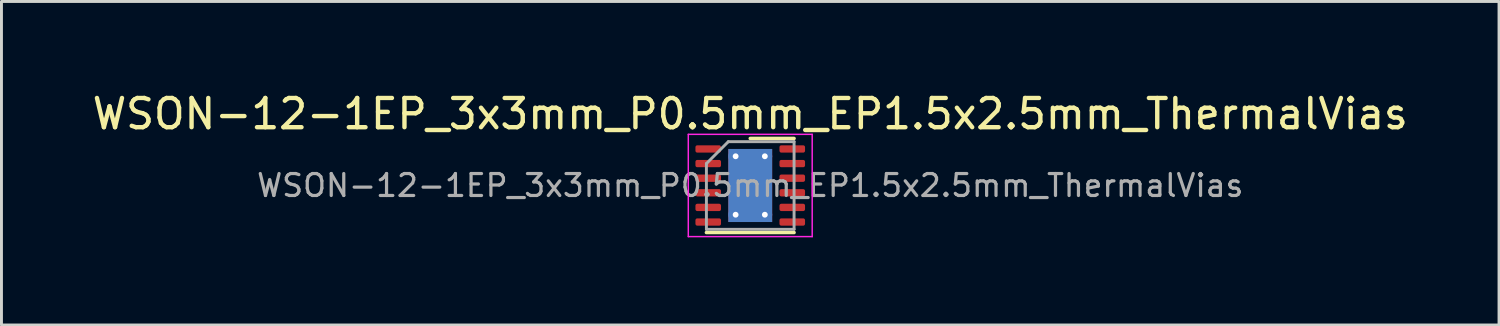
<source format=kicad_pcb>
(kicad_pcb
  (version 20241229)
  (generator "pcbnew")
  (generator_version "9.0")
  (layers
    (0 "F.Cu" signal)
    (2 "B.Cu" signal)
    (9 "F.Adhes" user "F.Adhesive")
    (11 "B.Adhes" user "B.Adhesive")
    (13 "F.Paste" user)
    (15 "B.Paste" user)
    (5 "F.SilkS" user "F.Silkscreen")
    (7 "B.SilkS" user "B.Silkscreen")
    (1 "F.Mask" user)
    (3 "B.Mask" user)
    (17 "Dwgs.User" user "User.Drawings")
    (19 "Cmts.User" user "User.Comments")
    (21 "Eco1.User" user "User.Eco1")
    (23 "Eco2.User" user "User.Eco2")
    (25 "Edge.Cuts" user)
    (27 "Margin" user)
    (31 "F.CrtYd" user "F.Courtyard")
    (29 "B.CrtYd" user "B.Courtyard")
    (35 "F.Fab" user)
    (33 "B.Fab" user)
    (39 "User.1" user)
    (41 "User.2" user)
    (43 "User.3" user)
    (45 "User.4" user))
  (footprint "WSON-12-1EP_3x3mm_P0.5mm_EP1.5x2.5mm_ThermalVias"
    (layer "F.Cu")
    (at 22.625 3.298)
    (property "Reference" "WSON-12-1EP_3x3mm_P0.5mm_EP1.5x2.5mm_ThermalVias" (at 0 -2.45 0) (layer "F.SilkS") (effects (font (size 1 1) (thickness 0.15))))
    (attr smd)
    (fp_line (start -1.5 1.61) (end 1.5 1.61) (stroke (width 0.12) (type solid)) (layer "F.SilkS"))
    (fp_line (start 0 -1.61) (end 1.5 -1.61) (stroke (width 0.12) (type solid)) (layer "F.SilkS"))
    (fp_line (start -2.12 -1.75) (end -2.12 1.75) (stroke (width 0.05) (type solid)) (layer "F.CrtYd"))
    (fp_line (start -2.12 1.75) (end 2.12 1.75) (stroke (width 0.05) (type solid)) (layer "F.CrtYd"))
    (fp_line (start 2.12 -1.75) (end -2.12 -1.75) (stroke (width 0.05) (type solid)) (layer "F.CrtYd"))
    (fp_line (start 2.12 1.75) (end 2.12 -1.75) (stroke (width 0.05) (type solid)) (layer "F.CrtYd"))
    (fp_line (start -1.5 -0.75) (end -0.75 -1.5) (stroke (width 0.1) (type solid)) (layer "F.Fab"))
    (fp_line (start -1.5 1.5) (end -1.5 -0.75) (stroke (width 0.1) (type solid)) (layer "F.Fab"))
    (fp_line (start -0.75 -1.5) (end 1.5 -1.5) (stroke (width 0.1) (type solid)) (layer "F.Fab"))
    (fp_line (start 1.5 -1.5) (end 1.5 1.5) (stroke (width 0.1) (type solid)) (layer "F.Fab"))
    (fp_line (start 1.5 1.5) (end -1.5 1.5) (stroke (width 0.1) (type solid)) (layer "F.Fab"))
    (fp_text user "${REFERENCE}" (at 0 0 0) (layer "F.Fab") (effects (font (size 0.75 0.75) (thickness 0.11))))
    (pad "" smd roundrect (at 0 -0.625) (size 1.3 1.08) (layers "F.Paste") (roundrect_rratio 0.231))
    (pad "" smd roundrect (at 0 0.625) (size 1.3 1.08) (layers "F.Paste") (roundrect_rratio 0.231))
    (pad "1" smd roundrect (at -1.438 -1.25) (size 0.875 0.25) (layers "F.Cu" "F.Mask" "F.Paste") (roundrect_rratio 0.25))
    (pad "2" smd roundrect (at -1.438 -0.75) (size 0.875 0.25) (layers "F.Cu" "F.Mask" "F.Paste") (roundrect_rratio 0.25))
    (pad "3" smd roundrect (at -1.438 -0.25) (size 0.875 0.25) (layers "F.Cu" "F.Mask" "F.Paste") (roundrect_rratio 0.25))
    (pad "4" smd roundrect (at -1.438 0.25) (size 0.875 0.25) (layers "F.Cu" "F.Mask" "F.Paste") (roundrect_rratio 0.25))
    (pad "5" smd roundrect (at -1.438 0.75) (size 0.875 0.25) (layers "F.Cu" "F.Mask" "F.Paste") (roundrect_rratio 0.25))
    (pad "6" smd roundrect (at -1.438 1.25) (size 0.875 0.25) (layers "F.Cu" "F.Mask" "F.Paste") (roundrect_rratio 0.25))
    (pad "7" smd roundrect (at 1.438 1.25) (size 0.875 0.25) (layers "F.Cu" "F.Mask" "F.Paste") (roundrect_rratio 0.25))
    (pad "8" smd roundrect (at 1.438 0.75) (size 0.875 0.25) (layers "F.Cu" "F.Mask" "F.Paste") (roundrect_rratio 0.25))
    (pad "9" smd roundrect (at 1.438 0.25) (size 0.875 0.25) (layers "F.Cu" "F.Mask" "F.Paste") (roundrect_rratio 0.25))
    (pad "10" smd roundrect (at 1.438 -0.25) (size 0.875 0.25) (layers "F.Cu" "F.Mask" "F.Paste") (roundrect_rratio 0.25))
    (pad "11" smd roundrect (at 1.438 -0.75) (size 0.875 0.25) (layers "F.Cu" "F.Mask" "F.Paste") (roundrect_rratio 0.25))
    (pad "12" smd roundrect (at 1.438 -1.25) (size 0.875 0.25) (layers "F.Cu" "F.Mask" "F.Paste") (roundrect_rratio 0.25))
    (pad "13" thru_hole circle (at -0.5 -1) (size 0.5 0.5) (drill 0.2) (layers "*.Cu"))
    (pad "13" thru_hole circle (at -0.5 1) (size 0.5 0.5) (drill 0.2) (layers "*.Cu"))
    (pad "13" smd rect (at 0 0) (size 1.5 2.5) (layers "F.Cu" "F.Mask"))
    (pad "13" smd rect (at 0 0) (size 1.5 2.5) (layers "B.Cu"))
    (pad "13" thru_hole circle (at 0.5 -1) (size 0.5 0.5) (drill 0.2) (layers "*.Cu"))
    (pad "13" thru_hole circle (at 0.5 1) (size 0.5 0.5) (drill 0.2) (layers "*.Cu")))
  (gr_rect
    (start -3 -3)
    (end 48.25 8.073)
    (stroke (width 0.1) (type default))
    (fill no)
    (layer "Edge.Cuts")))
</source>
